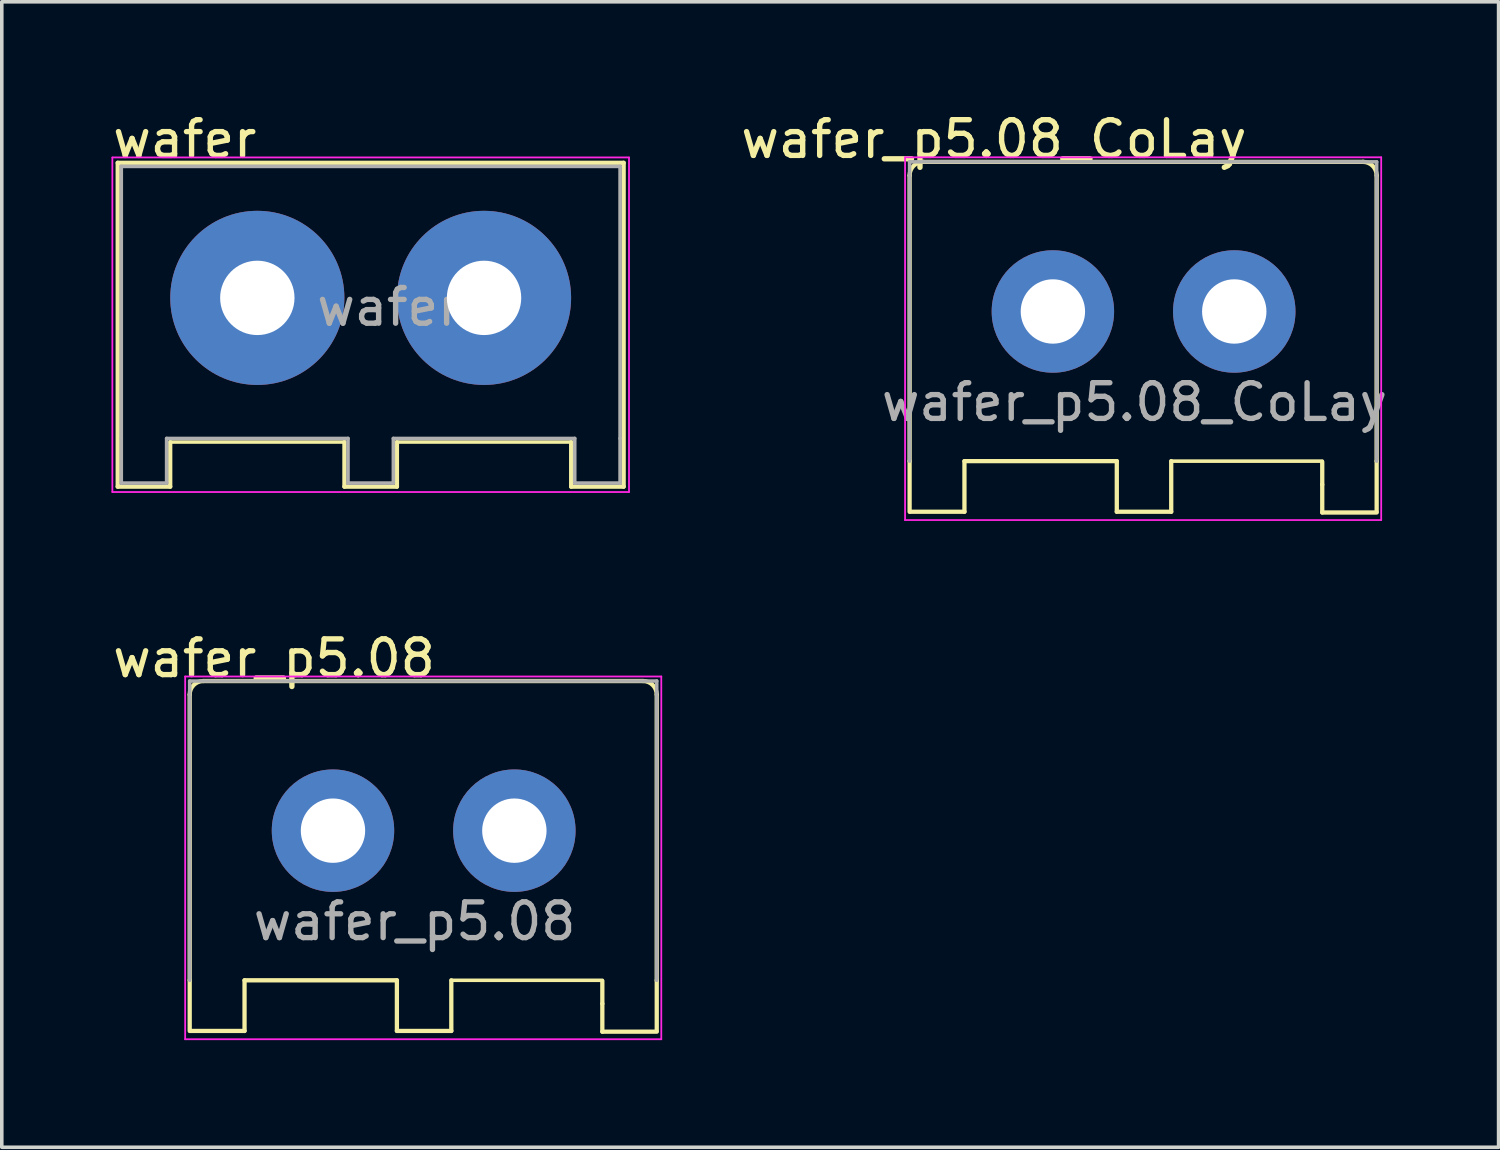
<source format=kicad_pcb>
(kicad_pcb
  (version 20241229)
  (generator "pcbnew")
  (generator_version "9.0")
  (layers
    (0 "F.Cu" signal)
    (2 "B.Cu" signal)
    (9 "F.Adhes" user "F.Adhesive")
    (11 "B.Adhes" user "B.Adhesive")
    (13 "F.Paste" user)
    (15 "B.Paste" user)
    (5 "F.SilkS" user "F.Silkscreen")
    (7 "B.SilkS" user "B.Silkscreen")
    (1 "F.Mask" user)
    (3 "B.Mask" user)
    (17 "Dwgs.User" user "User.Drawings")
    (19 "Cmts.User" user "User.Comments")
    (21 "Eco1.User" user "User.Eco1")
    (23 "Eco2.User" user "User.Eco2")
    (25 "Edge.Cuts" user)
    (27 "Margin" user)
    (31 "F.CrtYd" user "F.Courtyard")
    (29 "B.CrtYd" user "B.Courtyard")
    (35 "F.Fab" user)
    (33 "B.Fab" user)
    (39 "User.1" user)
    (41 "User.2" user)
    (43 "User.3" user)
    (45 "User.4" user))
  (footprint "wafer_p5.08"
    (layer "F.Cu")
    (at 6.276 20.215)
    (property "Reference" "wafer_p5.08" (at -1.651 -4.826 0) (unlocked yes) (layer "F.SilkS") (effects (font (size 1 1) (thickness 0.15))))
    (attr through_hole)
    (fp_line (start -4.013 -3.81) (end -4.013 4.191) (stroke (width 0.12) (type default)) (layer "F.SilkS"))
    (fp_line (start -4.013 4.191) (end -4.013 5.609) (stroke (width 0.12) (type default)) (layer "F.SilkS"))
    (fp_line (start -4 5.609) (end -2.477 5.609) (stroke (width 0.12) (type default)) (layer "F.SilkS"))
    (fp_line (start -2.477 4.191) (end 1.79 4.191) (stroke (width 0.12) (type default)) (layer "F.SilkS"))
    (fp_line (start -2.477 5.609) (end -2.477 4.191) (stroke (width 0.12) (type default)) (layer "F.SilkS"))
    (fp_line (start 1.79 5.609) (end 1.79 4.191) (stroke (width 0.12) (type default)) (layer "F.SilkS"))
    (fp_line (start 1.79 5.609) (end 3.314 5.609) (stroke (width 0.12) (type default)) (layer "F.SilkS"))
    (fp_line (start 3.314 4.191) (end 7.544 4.191) (stroke (width 0.1) (type default)) (layer "F.SilkS"))
    (fp_line (start 3.314 5.609) (end 3.314 4.191) (stroke (width 0.12) (type default)) (layer "F.SilkS"))
    (fp_line (start 7.544 4.212) (end 7.544 5.63) (stroke (width 0.12) (type default)) (layer "F.SilkS"))
    (fp_line (start 7.544 4.847) (end 7.544 4.847) (stroke (width 0.12) (type default)) (layer "F.SilkS"))
    (fp_line (start 7.544 5.63) (end 9.068 5.63) (stroke (width 0.12) (type default)) (layer "F.SilkS"))
    (fp_line (start 8.687 -4.191) (end -3.632 -4.191) (stroke (width 0.12) (type default)) (layer "F.SilkS"))
    (fp_line (start 9.068 -3.81) (end 9.068 4.191) (stroke (width 0.12) (type default)) (layer "F.SilkS"))
    (fp_line (start 9.068 5.609) (end 9.068 4.191) (stroke (width 0.12) (type default)) (layer "F.SilkS"))
    (fp_arc (start -4.0132 -3.81) (mid -3.901608 -4.079408) (end -3.6322 -4.191) (stroke (width 0.12) (type default)) (layer "F.SilkS"))
    (fp_arc (start 8.6868 -4.191) (mid 8.956208 -4.079408) (end 9.0678 -3.81) (stroke (width 0.12) (type default)) (layer "F.SilkS"))
    (fp_line (start -4.14 -4.318) (end -4.14 5.842) (stroke (width 0.05) (type default)) (layer "F.CrtYd"))
    (fp_line (start -4.14 -4.318) (end 9.195 -4.318) (stroke (width 0.05) (type default)) (layer "F.CrtYd"))
    (fp_line (start 9.195 -4.318) (end 9.195 5.842) (stroke (width 0.05) (type default)) (layer "F.CrtYd"))
    (fp_line (start 9.195 5.842) (end -4.14 5.842) (stroke (width 0.05) (type default)) (layer "F.CrtYd"))
    (fp_line (start -4.013 -4.191) (end -4.013 4.191) (stroke (width 0.1) (type default)) (layer "F.Fab"))
    (fp_line (start -4.013 -4.191) (end 9.068 -4.191) (stroke (width 0.1) (type default)) (layer "F.Fab"))
    (fp_line (start 9.068 -4.191) (end 9.068 4.191) (stroke (width 0.1) (type default)) (layer "F.Fab"))
    (fp_text user "${REFERENCE}" (at 2.286 2.54 0) (unlocked yes) (layer "F.Fab") (effects (font (size 1 1) (thickness 0.15))))
    (pad "1" thru_hole circle (at 0 0) (size 3.429 3.429) (drill 1.803) (layers "*.Cu" "*.Mask"))
    (pad "2" thru_hole circle (at 5.08 0) (size 3.429 3.429) (drill 1.803) (layers "*.Cu" "*.Mask")))
  (footprint "wafer_p5.08_CoLay"
    (layer "F.Cu")
    (at 26.439 5.674)
    (property "Reference" "wafer_p5.08_CoLay" (at -1.651 -4.826 0) (unlocked yes) (layer "F.SilkS") (effects (font (size 1 1) (thickness 0.15))))
    (attr through_hole)
    (fp_line (start -4.013 -3.81) (end -4.013 4.191) (stroke (width 0.12) (type default)) (layer "F.SilkS"))
    (fp_line (start -4.013 4.191) (end -4.013 5.609) (stroke (width 0.12) (type default)) (layer "F.SilkS"))
    (fp_line (start -4 5.609) (end -2.477 5.609) (stroke (width 0.12) (type default)) (layer "F.SilkS"))
    (fp_line (start -2.477 4.191) (end 1.79 4.191) (stroke (width 0.12) (type default)) (layer "F.SilkS"))
    (fp_line (start -2.477 5.609) (end -2.477 4.191) (stroke (width 0.12) (type default)) (layer "F.SilkS"))
    (fp_line (start 1.79 5.609) (end 1.79 4.191) (stroke (width 0.12) (type default)) (layer "F.SilkS"))
    (fp_line (start 1.79 5.609) (end 3.314 5.609) (stroke (width 0.12) (type default)) (layer "F.SilkS"))
    (fp_line (start 3.314 4.191) (end 7.544 4.191) (stroke (width 0.1) (type default)) (layer "F.SilkS"))
    (fp_line (start 3.314 5.609) (end 3.314 4.191) (stroke (width 0.12) (type default)) (layer "F.SilkS"))
    (fp_line (start 7.544 4.212) (end 7.544 5.63) (stroke (width 0.12) (type default)) (layer "F.SilkS"))
    (fp_line (start 7.544 4.847) (end 7.544 4.847) (stroke (width 0.12) (type default)) (layer "F.SilkS"))
    (fp_line (start 7.544 5.63) (end 9.068 5.63) (stroke (width 0.12) (type default)) (layer "F.SilkS"))
    (fp_line (start 8.687 -4.191) (end -3.632 -4.191) (stroke (width 0.12) (type default)) (layer "F.SilkS"))
    (fp_line (start 9.068 -3.81) (end 9.068 4.191) (stroke (width 0.12) (type default)) (layer "F.SilkS"))
    (fp_line (start 9.068 5.609) (end 9.068 4.191) (stroke (width 0.12) (type default)) (layer "F.SilkS"))
    (fp_arc (start -4.0132 -3.81) (mid -3.901608 -4.079408) (end -3.6322 -4.191) (stroke (width 0.12) (type default)) (layer "F.SilkS"))
    (fp_arc (start 8.6868 -4.191) (mid 8.956208 -4.079408) (end 9.0678 -3.81) (stroke (width 0.12) (type default)) (layer "F.SilkS"))
    (fp_line (start -4.14 -4.318) (end -4.14 5.842) (stroke (width 0.05) (type default)) (layer "F.CrtYd"))
    (fp_line (start -4.14 -4.318) (end 9.195 -4.318) (stroke (width 0.05) (type default)) (layer "F.CrtYd"))
    (fp_line (start 9.195 -4.318) (end 9.195 5.842) (stroke (width 0.05) (type default)) (layer "F.CrtYd"))
    (fp_line (start 9.195 5.842) (end -4.14 5.842) (stroke (width 0.05) (type default)) (layer "F.CrtYd"))
    (fp_line (start -4.013 -4.191) (end -4.013 4.191) (stroke (width 0.1) (type default)) (layer "F.Fab"))
    (fp_line (start -4.013 -4.191) (end 9.068 -4.191) (stroke (width 0.1) (type default)) (layer "F.Fab"))
    (fp_line (start 9.068 -4.191) (end 9.068 4.191) (stroke (width 0.1) (type default)) (layer "F.Fab"))
    (fp_text user "${REFERENCE}" (at 2.286 2.54 0) (unlocked yes) (layer "F.Fab") (effects (font (size 1 1) (thickness 0.15))))
    (pad "1" thru_hole circle (at 0 0) (size 3.429 3.429) (drill 1.803) (layers "*.Cu" "*.Mask"))
    (pad "2" thru_hole circle (at 5.08 0) (size 3.429 3.429) (drill 1.803) (layers "*.Cu" "*.Mask")))
  (footprint "wafer"
    (layer "F.Cu")
    (at 4.157 5.293)
    (property "Reference" "wafer" (at -2.032 -4.445 0) (unlocked yes) (layer "F.SilkS") (effects (font (size 1 1) (thickness 0.15))))
    (attr through_hole)
    (fp_line (start -3.91 -3.783) (end -3.91 5.287) (stroke (width 0.12) (type default)) (layer "F.SilkS"))
    (fp_line (start -3.91 -3.783) (end 10.26 -3.783) (stroke (width 0.12) (type default)) (layer "F.SilkS"))
    (fp_line (start -3.91 5.287) (end -2.44 5.287) (stroke (width 0.12) (type default)) (layer "F.SilkS"))
    (fp_line (start -2.44 4.037) (end -2.44 5.287) (stroke (width 0.12) (type default)) (layer "F.SilkS"))
    (fp_line (start -2.44 4.037) (end 2.44 4.037) (stroke (width 0.1) (type default)) (layer "F.SilkS"))
    (fp_line (start 2.44 5.287) (end 2.44 4.037) (stroke (width 0.12) (type default)) (layer "F.SilkS"))
    (fp_line (start 2.44 5.287) (end 3.91 5.287) (stroke (width 0.12) (type default)) (layer "F.SilkS"))
    (fp_line (start 3.91 4.037) (end 3.91 5.287) (stroke (width 0.12) (type default)) (layer "F.SilkS"))
    (fp_line (start 3.91 4.037) (end 8.79 4.037) (stroke (width 0.1) (type default)) (layer "F.SilkS"))
    (fp_line (start 8.79 4.037) (end 8.79 5.287) (stroke (width 0.12) (type default)) (layer "F.SilkS"))
    (fp_line (start 8.79 5.287) (end 10.26 5.287) (stroke (width 0.12) (type default)) (layer "F.SilkS"))
    (fp_line (start 10.26 -3.783) (end 10.26 5.287) (stroke (width 0.12) (type default)) (layer "F.SilkS"))
    (fp_line (start -4.06 -3.933) (end -4.06 5.437) (stroke (width 0.05) (type default)) (layer "F.CrtYd"))
    (fp_line (start -4.06 -3.933) (end 10.41 -3.933) (stroke (width 0.05) (type default)) (layer "F.CrtYd"))
    (fp_line (start -4.06 5.437) (end 10.41 5.437) (stroke (width 0.05) (type default)) (layer "F.CrtYd"))
    (fp_line (start 10.41 -3.933) (end 10.41 5.437) (stroke (width 0.05) (type default)) (layer "F.CrtYd"))
    (fp_line (start -3.81 -3.683) (end -3.81 3.937) (stroke (width 0.1) (type default)) (layer "F.Fab"))
    (fp_line (start -3.81 -3.683) (end 10.16 -3.683) (stroke (width 0.1) (type default)) (layer "F.Fab"))
    (fp_line (start -3.81 3.937) (end -3.81 5.187) (stroke (width 0.1) (type default)) (layer "F.Fab"))
    (fp_line (start -3.81 5.187) (end -2.54 5.187) (stroke (width 0.1) (type default)) (layer "F.Fab"))
    (fp_line (start -2.54 3.937) (end 2.54 3.937) (stroke (width 0.1) (type default)) (layer "F.Fab"))
    (fp_line (start -2.54 5.187) (end -2.54 3.937) (stroke (width 0.1) (type default)) (layer "F.Fab"))
    (fp_line (start 2.54 3.937) (end 2.54 5.187) (stroke (width 0.1) (type default)) (layer "F.Fab"))
    (fp_line (start 2.54 5.187) (end 3.81 5.187) (stroke (width 0.1) (type default)) (layer "F.Fab"))
    (fp_line (start 3.81 3.937) (end 8.89 3.937) (stroke (width 0.1) (type default)) (layer "F.Fab"))
    (fp_line (start 3.81 5.187) (end 3.81 3.937) (stroke (width 0.1) (type default)) (layer "F.Fab"))
    (fp_line (start 8.89 3.937) (end 8.89 5.187) (stroke (width 0.1) (type default)) (layer "F.Fab"))
    (fp_line (start 8.89 5.187) (end 10.16 5.187) (stroke (width 0.1) (type default)) (layer "F.Fab"))
    (fp_line (start 10.16 -3.683) (end 10.16 3.937) (stroke (width 0.1) (type default)) (layer "F.Fab"))
    (fp_line (start 10.16 5.187) (end 10.16 3.937) (stroke (width 0.1) (type default)) (layer "F.Fab"))
    (fp_text user "${REFERENCE}" (at 3.683 0.254 0) (unlocked yes) (layer "F.Fab") (effects (font (size 1 1) (thickness 0.15))))
    (pad "1" thru_hole circle (at 0 0) (size 4.877 4.877) (drill 2.083) (layers "*.Cu" "*.Mask"))
    (pad "2" thru_hole circle (at 6.35 0) (size 4.877 4.877) (drill 2.083) (layers "*.Cu" "*.Mask")))
  (gr_rect
    (start -3 -3)
    (end 38.922 29.082)
    (stroke (width 0.1) (type default))
    (fill no)
    (layer "Edge.Cuts")))
</source>
